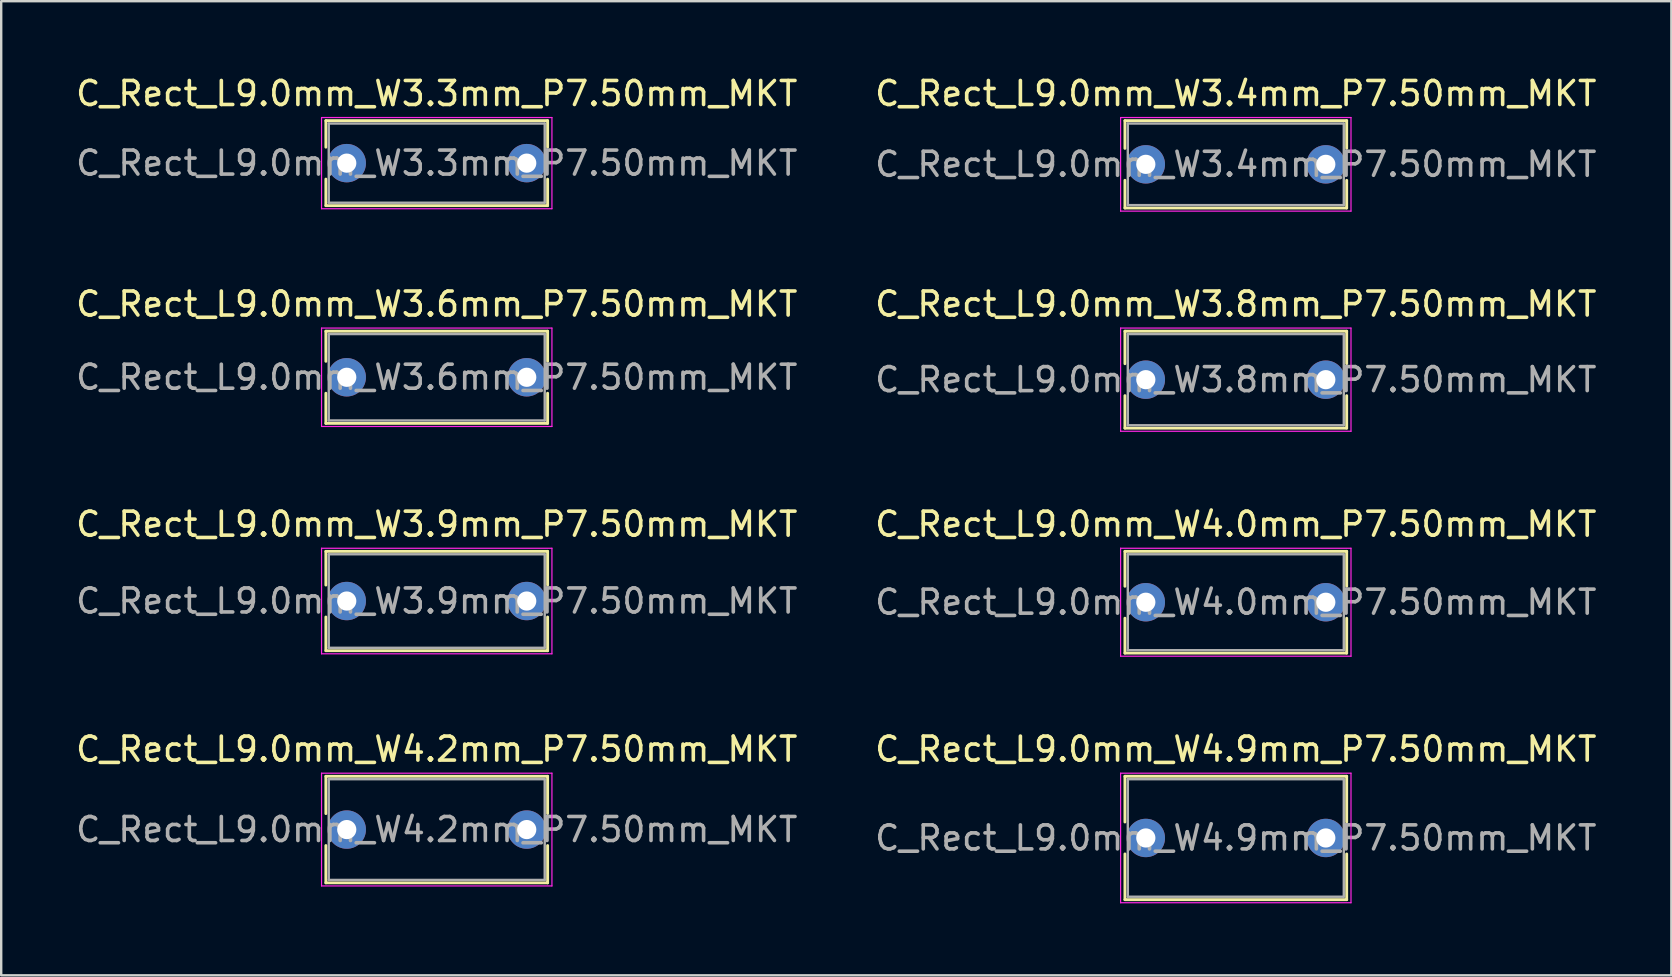
<source format=kicad_pcb>
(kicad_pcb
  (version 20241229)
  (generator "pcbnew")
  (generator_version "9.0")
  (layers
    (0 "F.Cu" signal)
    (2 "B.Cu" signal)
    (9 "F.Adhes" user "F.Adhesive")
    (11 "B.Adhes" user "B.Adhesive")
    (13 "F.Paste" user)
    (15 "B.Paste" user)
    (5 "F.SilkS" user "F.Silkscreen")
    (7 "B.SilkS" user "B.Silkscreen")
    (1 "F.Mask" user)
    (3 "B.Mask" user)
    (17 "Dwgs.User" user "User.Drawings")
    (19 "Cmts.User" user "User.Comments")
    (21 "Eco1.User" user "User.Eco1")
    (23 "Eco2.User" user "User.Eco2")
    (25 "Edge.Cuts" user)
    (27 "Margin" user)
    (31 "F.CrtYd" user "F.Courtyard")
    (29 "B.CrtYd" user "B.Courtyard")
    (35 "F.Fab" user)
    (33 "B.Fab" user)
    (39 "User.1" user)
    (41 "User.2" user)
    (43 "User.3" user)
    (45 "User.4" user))
  (footprint "C_Rect_L9.0mm_W4.0mm_P7.50mm_MKT"
    (layer "F.Cu")
    (at 44.696 22.045)
    (property "Reference" "C_Rect_L9.0mm_W4.0mm_P7.50mm_MKT" (at 3.75 -3.25 0) (layer "F.SilkS") (effects (font (size 1 1) (thickness 0.15))))
    (attr through_hole)
    (fp_line (start -0.87 -2.12) (end -0.87 -0.665) (stroke (width 0.12) (type solid)) (layer "F.SilkS"))
    (fp_line (start -0.87 -2.12) (end 8.37 -2.12) (stroke (width 0.12) (type solid)) (layer "F.SilkS"))
    (fp_line (start -0.87 0.665) (end -0.87 2.12) (stroke (width 0.12) (type solid)) (layer "F.SilkS"))
    (fp_line (start -0.87 2.12) (end 8.37 2.12) (stroke (width 0.12) (type solid)) (layer "F.SilkS"))
    (fp_line (start 8.37 -2.12) (end 8.37 -0.665) (stroke (width 0.12) (type solid)) (layer "F.SilkS"))
    (fp_line (start 8.37 0.665) (end 8.37 2.12) (stroke (width 0.12) (type solid)) (layer "F.SilkS"))
    (fp_line (start -1.05 -2.25) (end -1.05 2.25) (stroke (width 0.05) (type solid)) (layer "F.CrtYd"))
    (fp_line (start -1.05 2.25) (end 8.55 2.25) (stroke (width 0.05) (type solid)) (layer "F.CrtYd"))
    (fp_line (start 8.55 -2.25) (end -1.05 -2.25) (stroke (width 0.05) (type solid)) (layer "F.CrtYd"))
    (fp_line (start 8.55 2.25) (end 8.55 -2.25) (stroke (width 0.05) (type solid)) (layer "F.CrtYd"))
    (fp_line (start -0.75 -2) (end -0.75 2) (stroke (width 0.1) (type solid)) (layer "F.Fab"))
    (fp_line (start -0.75 2) (end 8.25 2) (stroke (width 0.1) (type solid)) (layer "F.Fab"))
    (fp_line (start 8.25 -2) (end -0.75 -2) (stroke (width 0.1) (type solid)) (layer "F.Fab"))
    (fp_line (start 8.25 2) (end 8.25 -2) (stroke (width 0.1) (type solid)) (layer "F.Fab"))
    (fp_text user "${REFERENCE}" (at 3.75 0 0) (layer "F.Fab") (effects (font (size 1 1) (thickness 0.15))))
    (pad "1" thru_hole circle (at 0 0) (size 1.6 1.6) (drill 0.8) (layers "*.Cu" "*.Mask"))
    (pad "2" thru_hole circle (at 7.5 0) (size 1.6 1.6) (drill 0.8) (layers "*.Cu" "*.Mask")))
  (footprint "C_Rect_L9.0mm_W3.9mm_P7.50mm_MKT"
    (layer "F.Cu")
    (at 11.399 21.995)
    (property "Reference" "C_Rect_L9.0mm_W3.9mm_P7.50mm_MKT" (at 3.75 -3.2 0) (layer "F.SilkS") (effects (font (size 1 1) (thickness 0.15))))
    (attr through_hole)
    (fp_line (start -0.87 -2.07) (end -0.87 -0.665) (stroke (width 0.12) (type solid)) (layer "F.SilkS"))
    (fp_line (start -0.87 -2.07) (end 8.37 -2.07) (stroke (width 0.12) (type solid)) (layer "F.SilkS"))
    (fp_line (start -0.87 0.665) (end -0.87 2.07) (stroke (width 0.12) (type solid)) (layer "F.SilkS"))
    (fp_line (start -0.87 2.07) (end 8.37 2.07) (stroke (width 0.12) (type solid)) (layer "F.SilkS"))
    (fp_line (start 8.37 -2.07) (end 8.37 -0.665) (stroke (width 0.12) (type solid)) (layer "F.SilkS"))
    (fp_line (start 8.37 0.665) (end 8.37 2.07) (stroke (width 0.12) (type solid)) (layer "F.SilkS"))
    (fp_line (start -1.05 -2.2) (end -1.05 2.2) (stroke (width 0.05) (type solid)) (layer "F.CrtYd"))
    (fp_line (start -1.05 2.2) (end 8.55 2.2) (stroke (width 0.05) (type solid)) (layer "F.CrtYd"))
    (fp_line (start 8.55 -2.2) (end -1.05 -2.2) (stroke (width 0.05) (type solid)) (layer "F.CrtYd"))
    (fp_line (start 8.55 2.2) (end 8.55 -2.2) (stroke (width 0.05) (type solid)) (layer "F.CrtYd"))
    (fp_line (start -0.75 -1.95) (end -0.75 1.95) (stroke (width 0.1) (type solid)) (layer "F.Fab"))
    (fp_line (start -0.75 1.95) (end 8.25 1.95) (stroke (width 0.1) (type solid)) (layer "F.Fab"))
    (fp_line (start 8.25 -1.95) (end -0.75 -1.95) (stroke (width 0.1) (type solid)) (layer "F.Fab"))
    (fp_line (start 8.25 1.95) (end 8.25 -1.95) (stroke (width 0.1) (type solid)) (layer "F.Fab"))
    (fp_text user "${REFERENCE}" (at 3.75 0 0) (layer "F.Fab") (effects (font (size 1 1) (thickness 0.15))))
    (pad "1" thru_hole circle (at 0 0) (size 1.6 1.6) (drill 0.8) (layers "*.Cu" "*.Mask"))
    (pad "2" thru_hole circle (at 7.5 0) (size 1.6 1.6) (drill 0.8) (layers "*.Cu" "*.Mask")))
  (footprint "C_Rect_L9.0mm_W3.4mm_P7.50mm_MKT"
    (layer "F.Cu")
    (at 44.696 3.798)
    (property "Reference" "C_Rect_L9.0mm_W3.4mm_P7.50mm_MKT" (at 3.75 -2.95 0) (layer "F.SilkS") (effects (font (size 1 1) (thickness 0.15))))
    (attr through_hole)
    (fp_line (start -0.87 -1.82) (end -0.87 -0.665) (stroke (width 0.12) (type solid)) (layer "F.SilkS"))
    (fp_line (start -0.87 -1.82) (end 8.37 -1.82) (stroke (width 0.12) (type solid)) (layer "F.SilkS"))
    (fp_line (start -0.87 0.665) (end -0.87 1.82) (stroke (width 0.12) (type solid)) (layer "F.SilkS"))
    (fp_line (start -0.87 1.82) (end 8.37 1.82) (stroke (width 0.12) (type solid)) (layer "F.SilkS"))
    (fp_line (start 8.37 -1.82) (end 8.37 -0.665) (stroke (width 0.12) (type solid)) (layer "F.SilkS"))
    (fp_line (start 8.37 0.665) (end 8.37 1.82) (stroke (width 0.12) (type solid)) (layer "F.SilkS"))
    (fp_line (start -1.05 -1.95) (end -1.05 1.95) (stroke (width 0.05) (type solid)) (layer "F.CrtYd"))
    (fp_line (start -1.05 1.95) (end 8.55 1.95) (stroke (width 0.05) (type solid)) (layer "F.CrtYd"))
    (fp_line (start 8.55 -1.95) (end -1.05 -1.95) (stroke (width 0.05) (type solid)) (layer "F.CrtYd"))
    (fp_line (start 8.55 1.95) (end 8.55 -1.95) (stroke (width 0.05) (type solid)) (layer "F.CrtYd"))
    (fp_line (start -0.75 -1.7) (end -0.75 1.7) (stroke (width 0.1) (type solid)) (layer "F.Fab"))
    (fp_line (start -0.75 1.7) (end 8.25 1.7) (stroke (width 0.1) (type solid)) (layer "F.Fab"))
    (fp_line (start 8.25 -1.7) (end -0.75 -1.7) (stroke (width 0.1) (type solid)) (layer "F.Fab"))
    (fp_line (start 8.25 1.7) (end 8.25 -1.7) (stroke (width 0.1) (type solid)) (layer "F.Fab"))
    (fp_text user "${REFERENCE}" (at 3.75 0 0) (layer "F.Fab") (effects (font (size 1 1) (thickness 0.15))))
    (pad "1" thru_hole circle (at 0 0) (size 1.6 1.6) (drill 0.8) (layers "*.Cu" "*.Mask"))
    (pad "2" thru_hole circle (at 7.5 0) (size 1.6 1.6) (drill 0.8) (layers "*.Cu" "*.Mask")))
  (footprint "C_Rect_L9.0mm_W3.3mm_P7.50mm_MKT"
    (layer "F.Cu")
    (at 11.399 3.748)
    (property "Reference" "C_Rect_L9.0mm_W3.3mm_P7.50mm_MKT" (at 3.75 -2.9 0) (layer "F.SilkS") (effects (font (size 1 1) (thickness 0.15))))
    (attr through_hole)
    (fp_line (start -0.87 -1.77) (end -0.87 -0.665) (stroke (width 0.12) (type solid)) (layer "F.SilkS"))
    (fp_line (start -0.87 -1.77) (end 8.37 -1.77) (stroke (width 0.12) (type solid)) (layer "F.SilkS"))
    (fp_line (start -0.87 0.665) (end -0.87 1.77) (stroke (width 0.12) (type solid)) (layer "F.SilkS"))
    (fp_line (start -0.87 1.77) (end 8.37 1.77) (stroke (width 0.12) (type solid)) (layer "F.SilkS"))
    (fp_line (start 8.37 -1.77) (end 8.37 -0.665) (stroke (width 0.12) (type solid)) (layer "F.SilkS"))
    (fp_line (start 8.37 0.665) (end 8.37 1.77) (stroke (width 0.12) (type solid)) (layer "F.SilkS"))
    (fp_line (start -1.05 -1.9) (end -1.05 1.9) (stroke (width 0.05) (type solid)) (layer "F.CrtYd"))
    (fp_line (start -1.05 1.9) (end 8.55 1.9) (stroke (width 0.05) (type solid)) (layer "F.CrtYd"))
    (fp_line (start 8.55 -1.9) (end -1.05 -1.9) (stroke (width 0.05) (type solid)) (layer "F.CrtYd"))
    (fp_line (start 8.55 1.9) (end 8.55 -1.9) (stroke (width 0.05) (type solid)) (layer "F.CrtYd"))
    (fp_line (start -0.75 -1.65) (end -0.75 1.65) (stroke (width 0.1) (type solid)) (layer "F.Fab"))
    (fp_line (start -0.75 1.65) (end 8.25 1.65) (stroke (width 0.1) (type solid)) (layer "F.Fab"))
    (fp_line (start 8.25 -1.65) (end -0.75 -1.65) (stroke (width 0.1) (type solid)) (layer "F.Fab"))
    (fp_line (start 8.25 1.65) (end 8.25 -1.65) (stroke (width 0.1) (type solid)) (layer "F.Fab"))
    (fp_text user "${REFERENCE}" (at 3.75 0 0) (layer "F.Fab") (effects (font (size 1 1) (thickness 0.15))))
    (pad "1" thru_hole circle (at 0 0) (size 1.6 1.6) (drill 0.8) (layers "*.Cu" "*.Mask"))
    (pad "2" thru_hole circle (at 7.5 0) (size 1.6 1.6) (drill 0.8) (layers "*.Cu" "*.Mask")))
  (footprint "C_Rect_L9.0mm_W4.9mm_P7.50mm_MKT"
    (layer "F.Cu")
    (at 44.696 31.868)
    (property "Reference" "C_Rect_L9.0mm_W4.9mm_P7.50mm_MKT" (at 3.75 -3.7 0) (layer "F.SilkS") (effects (font (size 1 1) (thickness 0.15))))
    (attr through_hole)
    (fp_line (start -0.87 -2.571) (end -0.87 -0.665) (stroke (width 0.12) (type solid)) (layer "F.SilkS"))
    (fp_line (start -0.87 -2.571) (end 8.37 -2.571) (stroke (width 0.12) (type solid)) (layer "F.SilkS"))
    (fp_line (start -0.87 0.665) (end -0.87 2.571) (stroke (width 0.12) (type solid)) (layer "F.SilkS"))
    (fp_line (start -0.87 2.571) (end 8.37 2.571) (stroke (width 0.12) (type solid)) (layer "F.SilkS"))
    (fp_line (start 8.37 -2.571) (end 8.37 -0.665) (stroke (width 0.12) (type solid)) (layer "F.SilkS"))
    (fp_line (start 8.37 0.665) (end 8.37 2.571) (stroke (width 0.12) (type solid)) (layer "F.SilkS"))
    (fp_line (start -1.05 -2.7) (end -1.05 2.7) (stroke (width 0.05) (type solid)) (layer "F.CrtYd"))
    (fp_line (start -1.05 2.7) (end 8.55 2.7) (stroke (width 0.05) (type solid)) (layer "F.CrtYd"))
    (fp_line (start 8.55 -2.7) (end -1.05 -2.7) (stroke (width 0.05) (type solid)) (layer "F.CrtYd"))
    (fp_line (start 8.55 2.7) (end 8.55 -2.7) (stroke (width 0.05) (type solid)) (layer "F.CrtYd"))
    (fp_line (start -0.75 -2.45) (end -0.75 2.45) (stroke (width 0.1) (type solid)) (layer "F.Fab"))
    (fp_line (start -0.75 2.45) (end 8.25 2.45) (stroke (width 0.1) (type solid)) (layer "F.Fab"))
    (fp_line (start 8.25 -2.45) (end -0.75 -2.45) (stroke (width 0.1) (type solid)) (layer "F.Fab"))
    (fp_line (start 8.25 2.45) (end 8.25 -2.45) (stroke (width 0.1) (type solid)) (layer "F.Fab"))
    (fp_text user "${REFERENCE}" (at 3.75 0 0) (layer "F.Fab") (effects (font (size 1 1) (thickness 0.15))))
    (pad "1" thru_hole circle (at 0 0) (size 1.6 1.6) (drill 0.8) (layers "*.Cu" "*.Mask"))
    (pad "2" thru_hole circle (at 7.5 0) (size 1.6 1.6) (drill 0.8) (layers "*.Cu" "*.Mask")))
  (footprint "C_Rect_L9.0mm_W4.2mm_P7.50mm_MKT"
    (layer "F.Cu")
    (at 11.399 31.518)
    (property "Reference" "C_Rect_L9.0mm_W4.2mm_P7.50mm_MKT" (at 3.75 -3.35 0) (layer "F.SilkS") (effects (font (size 1 1) (thickness 0.15))))
    (attr through_hole)
    (fp_line (start -0.87 -2.22) (end -0.87 -0.665) (stroke (width 0.12) (type solid)) (layer "F.SilkS"))
    (fp_line (start -0.87 -2.22) (end 8.37 -2.22) (stroke (width 0.12) (type solid)) (layer "F.SilkS"))
    (fp_line (start -0.87 0.665) (end -0.87 2.22) (stroke (width 0.12) (type solid)) (layer "F.SilkS"))
    (fp_line (start -0.87 2.22) (end 8.37 2.22) (stroke (width 0.12) (type solid)) (layer "F.SilkS"))
    (fp_line (start 8.37 -2.22) (end 8.37 -0.665) (stroke (width 0.12) (type solid)) (layer "F.SilkS"))
    (fp_line (start 8.37 0.665) (end 8.37 2.22) (stroke (width 0.12) (type solid)) (layer "F.SilkS"))
    (fp_line (start -1.05 -2.35) (end -1.05 2.35) (stroke (width 0.05) (type solid)) (layer "F.CrtYd"))
    (fp_line (start -1.05 2.35) (end 8.55 2.35) (stroke (width 0.05) (type solid)) (layer "F.CrtYd"))
    (fp_line (start 8.55 -2.35) (end -1.05 -2.35) (stroke (width 0.05) (type solid)) (layer "F.CrtYd"))
    (fp_line (start 8.55 2.35) (end 8.55 -2.35) (stroke (width 0.05) (type solid)) (layer "F.CrtYd"))
    (fp_line (start -0.75 -2.1) (end -0.75 2.1) (stroke (width 0.1) (type solid)) (layer "F.Fab"))
    (fp_line (start -0.75 2.1) (end 8.25 2.1) (stroke (width 0.1) (type solid)) (layer "F.Fab"))
    (fp_line (start 8.25 -2.1) (end -0.75 -2.1) (stroke (width 0.1) (type solid)) (layer "F.Fab"))
    (fp_line (start 8.25 2.1) (end 8.25 -2.1) (stroke (width 0.1) (type solid)) (layer "F.Fab"))
    (fp_text user "${REFERENCE}" (at 3.75 0 0) (layer "F.Fab") (effects (font (size 1 1) (thickness 0.15))))
    (pad "1" thru_hole circle (at 0 0) (size 1.6 1.6) (drill 0.8) (layers "*.Cu" "*.Mask"))
    (pad "2" thru_hole circle (at 7.5 0) (size 1.6 1.6) (drill 0.8) (layers "*.Cu" "*.Mask")))
  (footprint "C_Rect_L9.0mm_W3.6mm_P7.50mm_MKT"
    (layer "F.Cu")
    (at 11.399 12.671)
    (property "Reference" "C_Rect_L9.0mm_W3.6mm_P7.50mm_MKT" (at 3.75 -3.05 0) (layer "F.SilkS") (effects (font (size 1 1) (thickness 0.15))))
    (attr through_hole)
    (fp_line (start -0.87 -1.92) (end -0.87 -0.665) (stroke (width 0.12) (type solid)) (layer "F.SilkS"))
    (fp_line (start -0.87 -1.92) (end 8.37 -1.92) (stroke (width 0.12) (type solid)) (layer "F.SilkS"))
    (fp_line (start -0.87 0.665) (end -0.87 1.92) (stroke (width 0.12) (type solid)) (layer "F.SilkS"))
    (fp_line (start -0.87 1.92) (end 8.37 1.92) (stroke (width 0.12) (type solid)) (layer "F.SilkS"))
    (fp_line (start 8.37 -1.92) (end 8.37 -0.665) (stroke (width 0.12) (type solid)) (layer "F.SilkS"))
    (fp_line (start 8.37 0.665) (end 8.37 1.92) (stroke (width 0.12) (type solid)) (layer "F.SilkS"))
    (fp_line (start -1.05 -2.05) (end -1.05 2.05) (stroke (width 0.05) (type solid)) (layer "F.CrtYd"))
    (fp_line (start -1.05 2.05) (end 8.55 2.05) (stroke (width 0.05) (type solid)) (layer "F.CrtYd"))
    (fp_line (start 8.55 -2.05) (end -1.05 -2.05) (stroke (width 0.05) (type solid)) (layer "F.CrtYd"))
    (fp_line (start 8.55 2.05) (end 8.55 -2.05) (stroke (width 0.05) (type solid)) (layer "F.CrtYd"))
    (fp_line (start -0.75 -1.8) (end -0.75 1.8) (stroke (width 0.1) (type solid)) (layer "F.Fab"))
    (fp_line (start -0.75 1.8) (end 8.25 1.8) (stroke (width 0.1) (type solid)) (layer "F.Fab"))
    (fp_line (start 8.25 -1.8) (end -0.75 -1.8) (stroke (width 0.1) (type solid)) (layer "F.Fab"))
    (fp_line (start 8.25 1.8) (end 8.25 -1.8) (stroke (width 0.1) (type solid)) (layer "F.Fab"))
    (fp_text user "${REFERENCE}" (at 3.75 0 0) (layer "F.Fab") (effects (font (size 1 1) (thickness 0.15))))
    (pad "1" thru_hole circle (at 0 0) (size 1.6 1.6) (drill 0.8) (layers "*.Cu" "*.Mask"))
    (pad "2" thru_hole circle (at 7.5 0) (size 1.6 1.6) (drill 0.8) (layers "*.Cu" "*.Mask")))
  (footprint "C_Rect_L9.0mm_W3.8mm_P7.50mm_MKT"
    (layer "F.Cu")
    (at 44.696 12.771)
    (property "Reference" "C_Rect_L9.0mm_W3.8mm_P7.50mm_MKT" (at 3.75 -3.15 0) (layer "F.SilkS") (effects (font (size 1 1) (thickness 0.15))))
    (attr through_hole)
    (fp_line (start -0.87 -2.02) (end -0.87 -0.665) (stroke (width 0.12) (type solid)) (layer "F.SilkS"))
    (fp_line (start -0.87 -2.02) (end 8.37 -2.02) (stroke (width 0.12) (type solid)) (layer "F.SilkS"))
    (fp_line (start -0.87 0.665) (end -0.87 2.02) (stroke (width 0.12) (type solid)) (layer "F.SilkS"))
    (fp_line (start -0.87 2.02) (end 8.37 2.02) (stroke (width 0.12) (type solid)) (layer "F.SilkS"))
    (fp_line (start 8.37 -2.02) (end 8.37 -0.665) (stroke (width 0.12) (type solid)) (layer "F.SilkS"))
    (fp_line (start 8.37 0.665) (end 8.37 2.02) (stroke (width 0.12) (type solid)) (layer "F.SilkS"))
    (fp_line (start -1.05 -2.15) (end -1.05 2.15) (stroke (width 0.05) (type solid)) (layer "F.CrtYd"))
    (fp_line (start -1.05 2.15) (end 8.55 2.15) (stroke (width 0.05) (type solid)) (layer "F.CrtYd"))
    (fp_line (start 8.55 -2.15) (end -1.05 -2.15) (stroke (width 0.05) (type solid)) (layer "F.CrtYd"))
    (fp_line (start 8.55 2.15) (end 8.55 -2.15) (stroke (width 0.05) (type solid)) (layer "F.CrtYd"))
    (fp_line (start -0.75 -1.9) (end -0.75 1.9) (stroke (width 0.1) (type solid)) (layer "F.Fab"))
    (fp_line (start -0.75 1.9) (end 8.25 1.9) (stroke (width 0.1) (type solid)) (layer "F.Fab"))
    (fp_line (start 8.25 -1.9) (end -0.75 -1.9) (stroke (width 0.1) (type solid)) (layer "F.Fab"))
    (fp_line (start 8.25 1.9) (end 8.25 -1.9) (stroke (width 0.1) (type solid)) (layer "F.Fab"))
    (fp_text user "${REFERENCE}" (at 3.75 0 0) (layer "F.Fab") (effects (font (size 1 1) (thickness 0.15))))
    (pad "1" thru_hole circle (at 0 0) (size 1.6 1.6) (drill 0.8) (layers "*.Cu" "*.Mask"))
    (pad "2" thru_hole circle (at 7.5 0) (size 1.6 1.6) (drill 0.8) (layers "*.Cu" "*.Mask")))
  (gr_rect
    (start -3 -3)
    (end 66.595 37.593)
    (stroke (width 0.1) (type default))
    (fill no)
    (layer "Edge.Cuts")))
</source>
